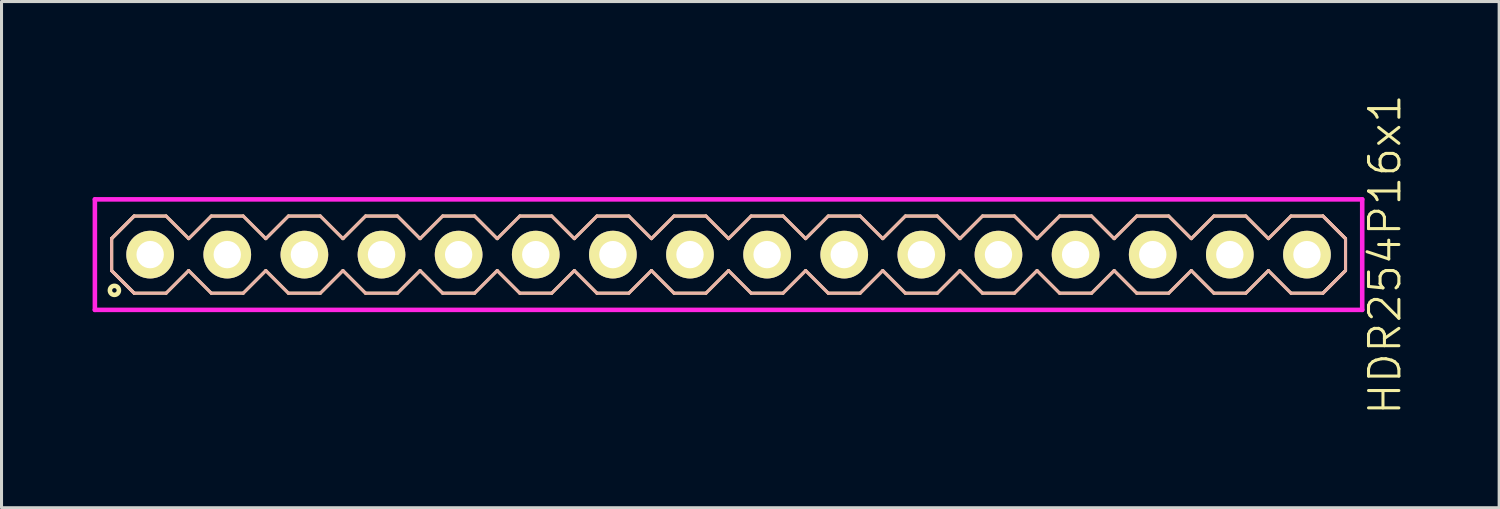
<source format=kicad_pcb>
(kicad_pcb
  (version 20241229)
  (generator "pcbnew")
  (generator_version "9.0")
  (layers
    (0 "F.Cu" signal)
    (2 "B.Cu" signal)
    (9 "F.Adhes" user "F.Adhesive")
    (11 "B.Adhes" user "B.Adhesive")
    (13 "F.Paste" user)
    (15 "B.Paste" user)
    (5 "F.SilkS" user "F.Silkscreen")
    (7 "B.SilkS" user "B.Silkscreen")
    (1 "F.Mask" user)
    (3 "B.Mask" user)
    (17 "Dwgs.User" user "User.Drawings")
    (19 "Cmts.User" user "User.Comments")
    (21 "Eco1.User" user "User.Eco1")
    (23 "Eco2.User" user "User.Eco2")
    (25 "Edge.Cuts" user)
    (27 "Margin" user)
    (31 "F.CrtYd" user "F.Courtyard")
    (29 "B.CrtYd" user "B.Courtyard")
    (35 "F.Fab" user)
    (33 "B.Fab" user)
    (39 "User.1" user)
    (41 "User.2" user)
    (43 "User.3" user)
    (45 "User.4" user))
  (footprint "HDR254P16x1"
    (layer "F.Cu")
    (at 20.945 5.336)
    (property "Reference" "HDR254P16x1" (at 21.62 0 90) (layer "F.SilkS") (effects (font (size 1 1) (thickness 0.1))))
    (attr through_hole)
    (fp_line (start -20.32 -0.526) (end -19.576 -1.27) (stroke (width 0.1) (type solid)) (layer "F.SilkS"))
    (fp_line (start -20.32 -0.526) (end -19.576 -1.27) (stroke (width 0.1) (type solid)) (layer "F.SilkS"))
    (fp_line (start -20.32 0.526) (end -20.32 -0.526) (stroke (width 0.1) (type solid)) (layer "F.SilkS"))
    (fp_line (start -20.32 0.526) (end -20.32 -0.526) (stroke (width 0.1) (type solid)) (layer "F.SilkS"))
    (fp_line (start -19.576 -1.27) (end -18.524 -1.27) (stroke (width 0.1) (type solid)) (layer "F.SilkS"))
    (fp_line (start -19.576 1.27) (end -20.32 0.526) (stroke (width 0.1) (type solid)) (layer "F.SilkS"))
    (fp_line (start -19.576 1.27) (end -20.32 0.526) (stroke (width 0.1) (type solid)) (layer "F.SilkS"))
    (fp_line (start -18.524 -1.27) (end -17.78 -0.526) (stroke (width 0.1) (type solid)) (layer "F.SilkS"))
    (fp_line (start -18.524 1.27) (end -19.576 1.27) (stroke (width 0.1) (type solid)) (layer "F.SilkS"))
    (fp_line (start -17.78 -0.526) (end -17.036 -1.27) (stroke (width 0.1) (type solid)) (layer "F.SilkS"))
    (fp_line (start -17.78 0.526) (end -18.524 1.27) (stroke (width 0.1) (type solid)) (layer "F.SilkS"))
    (fp_line (start -17.036 -1.27) (end -15.984 -1.27) (stroke (width 0.1) (type solid)) (layer "F.SilkS"))
    (fp_line (start -17.036 1.27) (end -17.78 0.526) (stroke (width 0.1) (type solid)) (layer "F.SilkS"))
    (fp_line (start -15.984 -1.27) (end -15.24 -0.526) (stroke (width 0.1) (type solid)) (layer "F.SilkS"))
    (fp_line (start -15.984 1.27) (end -17.036 1.27) (stroke (width 0.1) (type solid)) (layer "F.SilkS"))
    (fp_line (start -15.24 -0.526) (end -14.496 -1.27) (stroke (width 0.1) (type solid)) (layer "F.SilkS"))
    (fp_line (start -15.24 0.526) (end -15.984 1.27) (stroke (width 0.1) (type solid)) (layer "F.SilkS"))
    (fp_line (start -14.496 -1.27) (end -13.444 -1.27) (stroke (width 0.1) (type solid)) (layer "F.SilkS"))
    (fp_line (start -14.496 1.27) (end -15.24 0.526) (stroke (width 0.1) (type solid)) (layer "F.SilkS"))
    (fp_line (start -13.444 -1.27) (end -12.7 -0.526) (stroke (width 0.1) (type solid)) (layer "F.SilkS"))
    (fp_line (start -13.444 1.27) (end -14.496 1.27) (stroke (width 0.1) (type solid)) (layer "F.SilkS"))
    (fp_line (start -12.7 -0.526) (end -11.956 -1.27) (stroke (width 0.1) (type solid)) (layer "F.SilkS"))
    (fp_line (start -12.7 0.526) (end -13.444 1.27) (stroke (width 0.1) (type solid)) (layer "F.SilkS"))
    (fp_line (start -11.956 -1.27) (end -10.904 -1.27) (stroke (width 0.1) (type solid)) (layer "F.SilkS"))
    (fp_line (start -11.956 1.27) (end -12.7 0.526) (stroke (width 0.1) (type solid)) (layer "F.SilkS"))
    (fp_line (start -10.904 -1.27) (end -10.16 -0.526) (stroke (width 0.1) (type solid)) (layer "F.SilkS"))
    (fp_line (start -10.904 1.27) (end -11.956 1.27) (stroke (width 0.1) (type solid)) (layer "F.SilkS"))
    (fp_line (start -10.16 -0.526) (end -9.416 -1.27) (stroke (width 0.1) (type solid)) (layer "F.SilkS"))
    (fp_line (start -10.16 0.526) (end -10.904 1.27) (stroke (width 0.1) (type solid)) (layer "F.SilkS"))
    (fp_line (start -9.416 -1.27) (end -8.364 -1.27) (stroke (width 0.1) (type solid)) (layer "F.SilkS"))
    (fp_line (start -9.416 1.27) (end -10.16 0.526) (stroke (width 0.1) (type solid)) (layer "F.SilkS"))
    (fp_line (start -8.364 -1.27) (end -7.62 -0.526) (stroke (width 0.1) (type solid)) (layer "F.SilkS"))
    (fp_line (start -8.364 1.27) (end -9.416 1.27) (stroke (width 0.1) (type solid)) (layer "F.SilkS"))
    (fp_line (start -7.62 -0.526) (end -6.876 -1.27) (stroke (width 0.1) (type solid)) (layer "F.SilkS"))
    (fp_line (start -7.62 0.526) (end -8.364 1.27) (stroke (width 0.1) (type solid)) (layer "F.SilkS"))
    (fp_line (start -6.876 -1.27) (end -5.824 -1.27) (stroke (width 0.1) (type solid)) (layer "F.SilkS"))
    (fp_line (start -6.876 1.27) (end -7.62 0.526) (stroke (width 0.1) (type solid)) (layer "F.SilkS"))
    (fp_line (start -5.824 -1.27) (end -5.08 -0.526) (stroke (width 0.1) (type solid)) (layer "F.SilkS"))
    (fp_line (start -5.824 1.27) (end -6.876 1.27) (stroke (width 0.1) (type solid)) (layer "F.SilkS"))
    (fp_line (start -5.08 -0.526) (end -4.336 -1.27) (stroke (width 0.1) (type solid)) (layer "F.SilkS"))
    (fp_line (start -5.08 0.526) (end -5.824 1.27) (stroke (width 0.1) (type solid)) (layer "F.SilkS"))
    (fp_line (start -4.336 -1.27) (end -3.284 -1.27) (stroke (width 0.1) (type solid)) (layer "F.SilkS"))
    (fp_line (start -4.336 1.27) (end -5.08 0.526) (stroke (width 0.1) (type solid)) (layer "F.SilkS"))
    (fp_line (start -3.284 -1.27) (end -2.54 -0.526) (stroke (width 0.1) (type solid)) (layer "F.SilkS"))
    (fp_line (start -3.284 1.27) (end -4.336 1.27) (stroke (width 0.1) (type solid)) (layer "F.SilkS"))
    (fp_line (start -2.54 -0.526) (end -1.796 -1.27) (stroke (width 0.1) (type solid)) (layer "F.SilkS"))
    (fp_line (start -2.54 0.526) (end -3.284 1.27) (stroke (width 0.1) (type solid)) (layer "F.SilkS"))
    (fp_line (start -1.796 -1.27) (end -0.744 -1.27) (stroke (width 0.1) (type solid)) (layer "F.SilkS"))
    (fp_line (start -1.796 1.27) (end -2.54 0.526) (stroke (width 0.1) (type solid)) (layer "F.SilkS"))
    (fp_line (start -0.744 -1.27) (end 0 -0.526) (stroke (width 0.1) (type solid)) (layer "F.SilkS"))
    (fp_line (start -0.744 1.27) (end -1.796 1.27) (stroke (width 0.1) (type solid)) (layer "F.SilkS"))
    (fp_line (start 0 -0.526) (end 0.744 -1.27) (stroke (width 0.1) (type solid)) (layer "F.SilkS"))
    (fp_line (start 0 0.526) (end -0.744 1.27) (stroke (width 0.1) (type solid)) (layer "F.SilkS"))
    (fp_line (start 0.744 -1.27) (end 1.796 -1.27) (stroke (width 0.1) (type solid)) (layer "F.SilkS"))
    (fp_line (start 0.744 1.27) (end 0 0.526) (stroke (width 0.1) (type solid)) (layer "F.SilkS"))
    (fp_line (start 1.796 -1.27) (end 2.54 -0.526) (stroke (width 0.1) (type solid)) (layer "F.SilkS"))
    (fp_line (start 1.796 1.27) (end 0.744 1.27) (stroke (width 0.1) (type solid)) (layer "F.SilkS"))
    (fp_line (start 2.54 -0.526) (end 3.284 -1.27) (stroke (width 0.1) (type solid)) (layer "F.SilkS"))
    (fp_line (start 2.54 0.526) (end 1.796 1.27) (stroke (width 0.1) (type solid)) (layer "F.SilkS"))
    (fp_line (start 3.284 -1.27) (end 4.336 -1.27) (stroke (width 0.1) (type solid)) (layer "F.SilkS"))
    (fp_line (start 3.284 1.27) (end 2.54 0.526) (stroke (width 0.1) (type solid)) (layer "F.SilkS"))
    (fp_line (start 4.336 -1.27) (end 5.08 -0.526) (stroke (width 0.1) (type solid)) (layer "F.SilkS"))
    (fp_line (start 4.336 1.27) (end 3.284 1.27) (stroke (width 0.1) (type solid)) (layer "F.SilkS"))
    (fp_line (start 5.08 -0.526) (end 5.824 -1.27) (stroke (width 0.1) (type solid)) (layer "F.SilkS"))
    (fp_line (start 5.08 0.526) (end 4.336 1.27) (stroke (width 0.1) (type solid)) (layer "F.SilkS"))
    (fp_line (start 5.824 -1.27) (end 6.876 -1.27) (stroke (width 0.1) (type solid)) (layer "F.SilkS"))
    (fp_line (start 5.824 1.27) (end 5.08 0.526) (stroke (width 0.1) (type solid)) (layer "F.SilkS"))
    (fp_line (start 6.876 -1.27) (end 7.62 -0.526) (stroke (width 0.1) (type solid)) (layer "F.SilkS"))
    (fp_line (start 6.876 1.27) (end 5.824 1.27) (stroke (width 0.1) (type solid)) (layer "F.SilkS"))
    (fp_line (start 7.62 -0.526) (end 8.364 -1.27) (stroke (width 0.1) (type solid)) (layer "F.SilkS"))
    (fp_line (start 7.62 0.526) (end 6.876 1.27) (stroke (width 0.1) (type solid)) (layer "F.SilkS"))
    (fp_line (start 8.364 -1.27) (end 9.416 -1.27) (stroke (width 0.1) (type solid)) (layer "F.SilkS"))
    (fp_line (start 8.364 1.27) (end 7.62 0.526) (stroke (width 0.1) (type solid)) (layer "F.SilkS"))
    (fp_line (start 9.416 -1.27) (end 10.16 -0.526) (stroke (width 0.1) (type solid)) (layer "F.SilkS"))
    (fp_line (start 9.416 1.27) (end 8.364 1.27) (stroke (width 0.1) (type solid)) (layer "F.SilkS"))
    (fp_line (start 10.16 -0.526) (end 10.904 -1.27) (stroke (width 0.1) (type solid)) (layer "F.SilkS"))
    (fp_line (start 10.16 0.526) (end 9.416 1.27) (stroke (width 0.1) (type solid)) (layer "F.SilkS"))
    (fp_line (start 10.904 -1.27) (end 11.956 -1.27) (stroke (width 0.1) (type solid)) (layer "F.SilkS"))
    (fp_line (start 10.904 1.27) (end 10.16 0.526) (stroke (width 0.1) (type solid)) (layer "F.SilkS"))
    (fp_line (start 11.956 -1.27) (end 12.7 -0.526) (stroke (width 0.1) (type solid)) (layer "F.SilkS"))
    (fp_line (start 11.956 1.27) (end 10.904 1.27) (stroke (width 0.1) (type solid)) (layer "F.SilkS"))
    (fp_line (start 12.7 -0.526) (end 13.444 -1.27) (stroke (width 0.1) (type solid)) (layer "F.SilkS"))
    (fp_line (start 12.7 0.526) (end 11.956 1.27) (stroke (width 0.1) (type solid)) (layer "F.SilkS"))
    (fp_line (start 13.444 -1.27) (end 14.496 -1.27) (stroke (width 0.1) (type solid)) (layer "F.SilkS"))
    (fp_line (start 13.444 1.27) (end 12.7 0.526) (stroke (width 0.1) (type solid)) (layer "F.SilkS"))
    (fp_line (start 14.496 -1.27) (end 15.24 -0.526) (stroke (width 0.1) (type solid)) (layer "F.SilkS"))
    (fp_line (start 14.496 1.27) (end 13.444 1.27) (stroke (width 0.1) (type solid)) (layer "F.SilkS"))
    (fp_line (start 15.24 -0.526) (end 15.984 -1.27) (stroke (width 0.1) (type solid)) (layer "F.SilkS"))
    (fp_line (start 15.24 0.526) (end 14.496 1.27) (stroke (width 0.1) (type solid)) (layer "F.SilkS"))
    (fp_line (start 15.984 -1.27) (end 17.036 -1.27) (stroke (width 0.1) (type solid)) (layer "F.SilkS"))
    (fp_line (start 15.984 1.27) (end 15.24 0.526) (stroke (width 0.1) (type solid)) (layer "F.SilkS"))
    (fp_line (start 17.036 -1.27) (end 17.78 -0.526) (stroke (width 0.1) (type solid)) (layer "F.SilkS"))
    (fp_line (start 17.036 1.27) (end 15.984 1.27) (stroke (width 0.1) (type solid)) (layer "F.SilkS"))
    (fp_line (start 17.78 -0.526) (end 18.524 -1.27) (stroke (width 0.1) (type solid)) (layer "F.SilkS"))
    (fp_line (start 17.78 0.526) (end 17.036 1.27) (stroke (width 0.1) (type solid)) (layer "F.SilkS"))
    (fp_line (start 18.524 -1.27) (end 19.576 -1.27) (stroke (width 0.1) (type solid)) (layer "F.SilkS"))
    (fp_line (start 18.524 1.27) (end 17.78 0.526) (stroke (width 0.1) (type solid)) (layer "F.SilkS"))
    (fp_line (start 19.576 -1.27) (end 20.32 -0.526) (stroke (width 0.1) (type solid)) (layer "F.SilkS"))
    (fp_line (start 19.576 -1.27) (end 20.32 -0.526) (stroke (width 0.1) (type solid)) (layer "F.SilkS"))
    (fp_line (start 19.576 1.27) (end 18.524 1.27) (stroke (width 0.1) (type solid)) (layer "F.SilkS"))
    (fp_line (start 20.32 -0.526) (end 20.32 0.526) (stroke (width 0.1) (type solid)) (layer "F.SilkS"))
    (fp_line (start 20.32 -0.526) (end 20.32 0.526) (stroke (width 0.1) (type solid)) (layer "F.SilkS"))
    (fp_line (start 20.32 0.526) (end 19.576 1.27) (stroke (width 0.1) (type solid)) (layer "F.SilkS"))
    (fp_line (start 20.32 0.526) (end 19.576 1.27) (stroke (width 0.1) (type solid)) (layer "F.SilkS"))
    (fp_circle (center -20.227 1.177) (end -20.078 1.177) (stroke (width 0.15) (type solid)) (fill no) (layer "F.SilkS"))
    (fp_line (start -20.32 -0.526) (end -19.576 -1.27) (stroke (width 0.1) (type solid)) (layer "B.SilkS"))
    (fp_line (start -20.32 -0.526) (end -19.576 -1.27) (stroke (width 0.1) (type solid)) (layer "B.SilkS"))
    (fp_line (start -20.32 0.526) (end -20.32 -0.526) (stroke (width 0.1) (type solid)) (layer "B.SilkS"))
    (fp_line (start -20.32 0.526) (end -20.32 -0.526) (stroke (width 0.1) (type solid)) (layer "B.SilkS"))
    (fp_line (start -19.576 -1.27) (end -18.524 -1.27) (stroke (width 0.1) (type solid)) (layer "B.SilkS"))
    (fp_line (start -19.576 1.27) (end -20.32 0.526) (stroke (width 0.1) (type solid)) (layer "B.SilkS"))
    (fp_line (start -19.576 1.27) (end -20.32 0.526) (stroke (width 0.1) (type solid)) (layer "B.SilkS"))
    (fp_line (start -18.524 -1.27) (end -17.78 -0.526) (stroke (width 0.1) (type solid)) (layer "B.SilkS"))
    (fp_line (start -18.524 1.27) (end -19.576 1.27) (stroke (width 0.1) (type solid)) (layer "B.SilkS"))
    (fp_line (start -17.78 -0.526) (end -17.036 -1.27) (stroke (width 0.1) (type solid)) (layer "B.SilkS"))
    (fp_line (start -17.78 0.526) (end -18.524 1.27) (stroke (width 0.1) (type solid)) (layer "B.SilkS"))
    (fp_line (start -17.036 -1.27) (end -15.984 -1.27) (stroke (width 0.1) (type solid)) (layer "B.SilkS"))
    (fp_line (start -17.036 1.27) (end -17.78 0.526) (stroke (width 0.1) (type solid)) (layer "B.SilkS"))
    (fp_line (start -15.984 -1.27) (end -15.24 -0.526) (stroke (width 0.1) (type solid)) (layer "B.SilkS"))
    (fp_line (start -15.984 1.27) (end -17.036 1.27) (stroke (width 0.1) (type solid)) (layer "B.SilkS"))
    (fp_line (start -15.24 -0.526) (end -14.496 -1.27) (stroke (width 0.1) (type solid)) (layer "B.SilkS"))
    (fp_line (start -15.24 0.526) (end -15.984 1.27) (stroke (width 0.1) (type solid)) (layer "B.SilkS"))
    (fp_line (start -14.496 -1.27) (end -13.444 -1.27) (stroke (width 0.1) (type solid)) (layer "B.SilkS"))
    (fp_line (start -14.496 1.27) (end -15.24 0.526) (stroke (width 0.1) (type solid)) (layer "B.SilkS"))
    (fp_line (start -13.444 -1.27) (end -12.7 -0.526) (stroke (width 0.1) (type solid)) (layer "B.SilkS"))
    (fp_line (start -13.444 1.27) (end -14.496 1.27) (stroke (width 0.1) (type solid)) (layer "B.SilkS"))
    (fp_line (start -12.7 -0.526) (end -11.956 -1.27) (stroke (width 0.1) (type solid)) (layer "B.SilkS"))
    (fp_line (start -12.7 0.526) (end -13.444 1.27) (stroke (width 0.1) (type solid)) (layer "B.SilkS"))
    (fp_line (start -11.956 -1.27) (end -10.904 -1.27) (stroke (width 0.1) (type solid)) (layer "B.SilkS"))
    (fp_line (start -11.956 1.27) (end -12.7 0.526) (stroke (width 0.1) (type solid)) (layer "B.SilkS"))
    (fp_line (start -10.904 -1.27) (end -10.16 -0.526) (stroke (width 0.1) (type solid)) (layer "B.SilkS"))
    (fp_line (start -10.904 1.27) (end -11.956 1.27) (stroke (width 0.1) (type solid)) (layer "B.SilkS"))
    (fp_line (start -10.16 -0.526) (end -9.416 -1.27) (stroke (width 0.1) (type solid)) (layer "B.SilkS"))
    (fp_line (start -10.16 0.526) (end -10.904 1.27) (stroke (width 0.1) (type solid)) (layer "B.SilkS"))
    (fp_line (start -9.416 -1.27) (end -8.364 -1.27) (stroke (width 0.1) (type solid)) (layer "B.SilkS"))
    (fp_line (start -9.416 1.27) (end -10.16 0.526) (stroke (width 0.1) (type solid)) (layer "B.SilkS"))
    (fp_line (start -8.364 -1.27) (end -7.62 -0.526) (stroke (width 0.1) (type solid)) (layer "B.SilkS"))
    (fp_line (start -8.364 1.27) (end -9.416 1.27) (stroke (width 0.1) (type solid)) (layer "B.SilkS"))
    (fp_line (start -7.62 -0.526) (end -6.876 -1.27) (stroke (width 0.1) (type solid)) (layer "B.SilkS"))
    (fp_line (start -7.62 0.526) (end -8.364 1.27) (stroke (width 0.1) (type solid)) (layer "B.SilkS"))
    (fp_line (start -6.876 -1.27) (end -5.824 -1.27) (stroke (width 0.1) (type solid)) (layer "B.SilkS"))
    (fp_line (start -6.876 1.27) (end -7.62 0.526) (stroke (width 0.1) (type solid)) (layer "B.SilkS"))
    (fp_line (start -5.824 -1.27) (end -5.08 -0.526) (stroke (width 0.1) (type solid)) (layer "B.SilkS"))
    (fp_line (start -5.824 1.27) (end -6.876 1.27) (stroke (width 0.1) (type solid)) (layer "B.SilkS"))
    (fp_line (start -5.08 -0.526) (end -4.336 -1.27) (stroke (width 0.1) (type solid)) (layer "B.SilkS"))
    (fp_line (start -5.08 0.526) (end -5.824 1.27) (stroke (width 0.1) (type solid)) (layer "B.SilkS"))
    (fp_line (start -4.336 -1.27) (end -3.284 -1.27) (stroke (width 0.1) (type solid)) (layer "B.SilkS"))
    (fp_line (start -4.336 1.27) (end -5.08 0.526) (stroke (width 0.1) (type solid)) (layer "B.SilkS"))
    (fp_line (start -3.284 -1.27) (end -2.54 -0.526) (stroke (width 0.1) (type solid)) (layer "B.SilkS"))
    (fp_line (start -3.284 1.27) (end -4.336 1.27) (stroke (width 0.1) (type solid)) (layer "B.SilkS"))
    (fp_line (start -2.54 -0.526) (end -1.796 -1.27) (stroke (width 0.1) (type solid)) (layer "B.SilkS"))
    (fp_line (start -2.54 0.526) (end -3.284 1.27) (stroke (width 0.1) (type solid)) (layer "B.SilkS"))
    (fp_line (start -1.796 -1.27) (end -0.744 -1.27) (stroke (width 0.1) (type solid)) (layer "B.SilkS"))
    (fp_line (start -1.796 1.27) (end -2.54 0.526) (stroke (width 0.1) (type solid)) (layer "B.SilkS"))
    (fp_line (start -0.744 -1.27) (end 0 -0.526) (stroke (width 0.1) (type solid)) (layer "B.SilkS"))
    (fp_line (start -0.744 1.27) (end -1.796 1.27) (stroke (width 0.1) (type solid)) (layer "B.SilkS"))
    (fp_line (start 0 -0.526) (end 0.744 -1.27) (stroke (width 0.1) (type solid)) (layer "B.SilkS"))
    (fp_line (start 0 0.526) (end -0.744 1.27) (stroke (width 0.1) (type solid)) (layer "B.SilkS"))
    (fp_line (start 0.744 -1.27) (end 1.796 -1.27) (stroke (width 0.1) (type solid)) (layer "B.SilkS"))
    (fp_line (start 0.744 1.27) (end 0 0.526) (stroke (width 0.1) (type solid)) (layer "B.SilkS"))
    (fp_line (start 1.796 -1.27) (end 2.54 -0.526) (stroke (width 0.1) (type solid)) (layer "B.SilkS"))
    (fp_line (start 1.796 1.27) (end 0.744 1.27) (stroke (width 0.1) (type solid)) (layer "B.SilkS"))
    (fp_line (start 2.54 -0.526) (end 3.284 -1.27) (stroke (width 0.1) (type solid)) (layer "B.SilkS"))
    (fp_line (start 2.54 0.526) (end 1.796 1.27) (stroke (width 0.1) (type solid)) (layer "B.SilkS"))
    (fp_line (start 3.284 -1.27) (end 4.336 -1.27) (stroke (width 0.1) (type solid)) (layer "B.SilkS"))
    (fp_line (start 3.284 1.27) (end 2.54 0.526) (stroke (width 0.1) (type solid)) (layer "B.SilkS"))
    (fp_line (start 4.336 -1.27) (end 5.08 -0.526) (stroke (width 0.1) (type solid)) (layer "B.SilkS"))
    (fp_line (start 4.336 1.27) (end 3.284 1.27) (stroke (width 0.1) (type solid)) (layer "B.SilkS"))
    (fp_line (start 5.08 -0.526) (end 5.824 -1.27) (stroke (width 0.1) (type solid)) (layer "B.SilkS"))
    (fp_line (start 5.08 0.526) (end 4.336 1.27) (stroke (width 0.1) (type solid)) (layer "B.SilkS"))
    (fp_line (start 5.824 -1.27) (end 6.876 -1.27) (stroke (width 0.1) (type solid)) (layer "B.SilkS"))
    (fp_line (start 5.824 1.27) (end 5.08 0.526) (stroke (width 0.1) (type solid)) (layer "B.SilkS"))
    (fp_line (start 6.876 -1.27) (end 7.62 -0.526) (stroke (width 0.1) (type solid)) (layer "B.SilkS"))
    (fp_line (start 6.876 1.27) (end 5.824 1.27) (stroke (width 0.1) (type solid)) (layer "B.SilkS"))
    (fp_line (start 7.62 -0.526) (end 8.364 -1.27) (stroke (width 0.1) (type solid)) (layer "B.SilkS"))
    (fp_line (start 7.62 0.526) (end 6.876 1.27) (stroke (width 0.1) (type solid)) (layer "B.SilkS"))
    (fp_line (start 8.364 -1.27) (end 9.416 -1.27) (stroke (width 0.1) (type solid)) (layer "B.SilkS"))
    (fp_line (start 8.364 1.27) (end 7.62 0.526) (stroke (width 0.1) (type solid)) (layer "B.SilkS"))
    (fp_line (start 9.416 -1.27) (end 10.16 -0.526) (stroke (width 0.1) (type solid)) (layer "B.SilkS"))
    (fp_line (start 9.416 1.27) (end 8.364 1.27) (stroke (width 0.1) (type solid)) (layer "B.SilkS"))
    (fp_line (start 10.16 -0.526) (end 10.904 -1.27) (stroke (width 0.1) (type solid)) (layer "B.SilkS"))
    (fp_line (start 10.16 0.526) (end 9.416 1.27) (stroke (width 0.1) (type solid)) (layer "B.SilkS"))
    (fp_line (start 10.904 -1.27) (end 11.956 -1.27) (stroke (width 0.1) (type solid)) (layer "B.SilkS"))
    (fp_line (start 10.904 1.27) (end 10.16 0.526) (stroke (width 0.1) (type solid)) (layer "B.SilkS"))
    (fp_line (start 11.956 -1.27) (end 12.7 -0.526) (stroke (width 0.1) (type solid)) (layer "B.SilkS"))
    (fp_line (start 11.956 1.27) (end 10.904 1.27) (stroke (width 0.1) (type solid)) (layer "B.SilkS"))
    (fp_line (start 12.7 -0.526) (end 13.444 -1.27) (stroke (width 0.1) (type solid)) (layer "B.SilkS"))
    (fp_line (start 12.7 0.526) (end 11.956 1.27) (stroke (width 0.1) (type solid)) (layer "B.SilkS"))
    (fp_line (start 13.444 -1.27) (end 14.496 -1.27) (stroke (width 0.1) (type solid)) (layer "B.SilkS"))
    (fp_line (start 13.444 1.27) (end 12.7 0.526) (stroke (width 0.1) (type solid)) (layer "B.SilkS"))
    (fp_line (start 14.496 -1.27) (end 15.24 -0.526) (stroke (width 0.1) (type solid)) (layer "B.SilkS"))
    (fp_line (start 14.496 1.27) (end 13.444 1.27) (stroke (width 0.1) (type solid)) (layer "B.SilkS"))
    (fp_line (start 15.24 -0.526) (end 15.984 -1.27) (stroke (width 0.1) (type solid)) (layer "B.SilkS"))
    (fp_line (start 15.24 0.526) (end 14.496 1.27) (stroke (width 0.1) (type solid)) (layer "B.SilkS"))
    (fp_line (start 15.984 -1.27) (end 17.036 -1.27) (stroke (width 0.1) (type solid)) (layer "B.SilkS"))
    (fp_line (start 15.984 1.27) (end 15.24 0.526) (stroke (width 0.1) (type solid)) (layer "B.SilkS"))
    (fp_line (start 17.036 -1.27) (end 17.78 -0.526) (stroke (width 0.1) (type solid)) (layer "B.SilkS"))
    (fp_line (start 17.036 1.27) (end 15.984 1.27) (stroke (width 0.1) (type solid)) (layer "B.SilkS"))
    (fp_line (start 17.78 -0.526) (end 18.524 -1.27) (stroke (width 0.1) (type solid)) (layer "B.SilkS"))
    (fp_line (start 17.78 0.526) (end 17.036 1.27) (stroke (width 0.1) (type solid)) (layer "B.SilkS"))
    (fp_line (start 18.524 -1.27) (end 19.576 -1.27) (stroke (width 0.1) (type solid)) (layer "B.SilkS"))
    (fp_line (start 18.524 1.27) (end 17.78 0.526) (stroke (width 0.1) (type solid)) (layer "B.SilkS"))
    (fp_line (start 19.576 -1.27) (end 20.32 -0.526) (stroke (width 0.1) (type solid)) (layer "B.SilkS"))
    (fp_line (start 19.576 -1.27) (end 20.32 -0.526) (stroke (width 0.1) (type solid)) (layer "B.SilkS"))
    (fp_line (start 19.576 1.27) (end 18.524 1.27) (stroke (width 0.1) (type solid)) (layer "B.SilkS"))
    (fp_line (start 20.32 -0.526) (end 20.32 0.526) (stroke (width 0.1) (type solid)) (layer "B.SilkS"))
    (fp_line (start 20.32 -0.526) (end 20.32 0.526) (stroke (width 0.1) (type solid)) (layer "B.SilkS"))
    (fp_line (start 20.32 0.526) (end 19.576 1.27) (stroke (width 0.1) (type solid)) (layer "B.SilkS"))
    (fp_line (start 20.32 0.526) (end 19.576 1.27) (stroke (width 0.1) (type solid)) (layer "B.SilkS"))
    (fp_line (start -20.87 -1.82) (end -20.87 1.82) (stroke (width 0.15) (type solid)) (layer "F.CrtYd"))
    (fp_line (start -20.87 1.82) (end 20.87 1.82) (stroke (width 0.15) (type solid)) (layer "F.CrtYd"))
    (fp_line (start 20.87 -1.82) (end -20.87 -1.82) (stroke (width 0.15) (type solid)) (layer "F.CrtYd"))
    (fp_line (start 20.87 1.82) (end 20.87 -1.82) (stroke (width 0.15) (type solid)) (layer "F.CrtYd"))
    (pad "1" thru_hole oval (at -19.05 0) (size 1.57 1.57) (drill 0.9) (layers "*.Cu" "*.Mask" "F.SilkS"))
    (pad "2" thru_hole oval (at -16.51 0) (size 1.57 1.57) (drill 0.9) (layers "*.Cu" "*.Mask" "F.SilkS"))
    (pad "3" thru_hole oval (at -13.97 0) (size 1.57 1.57) (drill 0.9) (layers "*.Cu" "*.Mask" "F.SilkS"))
    (pad "4" thru_hole oval (at -11.43 0) (size 1.57 1.57) (drill 0.9) (layers "*.Cu" "*.Mask" "F.SilkS"))
    (pad "5" thru_hole oval (at -8.89 0) (size 1.57 1.57) (drill 0.9) (layers "*.Cu" "*.Mask" "F.SilkS"))
    (pad "6" thru_hole oval (at -6.35 0) (size 1.57 1.57) (drill 0.9) (layers "*.Cu" "*.Mask" "F.SilkS"))
    (pad "7" thru_hole oval (at -3.81 0) (size 1.57 1.57) (drill 0.9) (layers "*.Cu" "*.Mask" "F.SilkS"))
    (pad "8" thru_hole oval (at -1.27 0) (size 1.57 1.57) (drill 0.9) (layers "*.Cu" "*.Mask" "F.SilkS"))
    (pad "9" thru_hole oval (at 1.27 0) (size 1.57 1.57) (drill 0.9) (layers "*.Cu" "*.Mask" "F.SilkS"))
    (pad "10" thru_hole oval (at 3.81 0) (size 1.57 1.57) (drill 0.9) (layers "*.Cu" "*.Mask" "F.SilkS"))
    (pad "11" thru_hole oval (at 6.35 0) (size 1.57 1.57) (drill 0.9) (layers "*.Cu" "*.Mask" "F.SilkS"))
    (pad "12" thru_hole oval (at 8.89 0) (size 1.57 1.57) (drill 0.9) (layers "*.Cu" "*.Mask" "F.SilkS"))
    (pad "13" thru_hole oval (at 11.43 0) (size 1.57 1.57) (drill 0.9) (layers "*.Cu" "*.Mask" "F.SilkS"))
    (pad "14" thru_hole oval (at 13.97 0) (size 1.57 1.57) (drill 0.9) (layers "*.Cu" "*.Mask" "F.SilkS"))
    (pad "15" thru_hole oval (at 16.51 0) (size 1.57 1.57) (drill 0.9) (layers "*.Cu" "*.Mask" "F.SilkS"))
    (pad "16" thru_hole oval (at 19.05 0) (size 1.57 1.57) (drill 0.9) (layers "*.Cu" "*.Mask" "F.SilkS")))
  (gr_rect
    (start -3 -3)
    (end 46.325 13.671)
    (stroke (width 0.1) (type default))
    (fill no)
    (layer "Edge.Cuts")))
</source>
